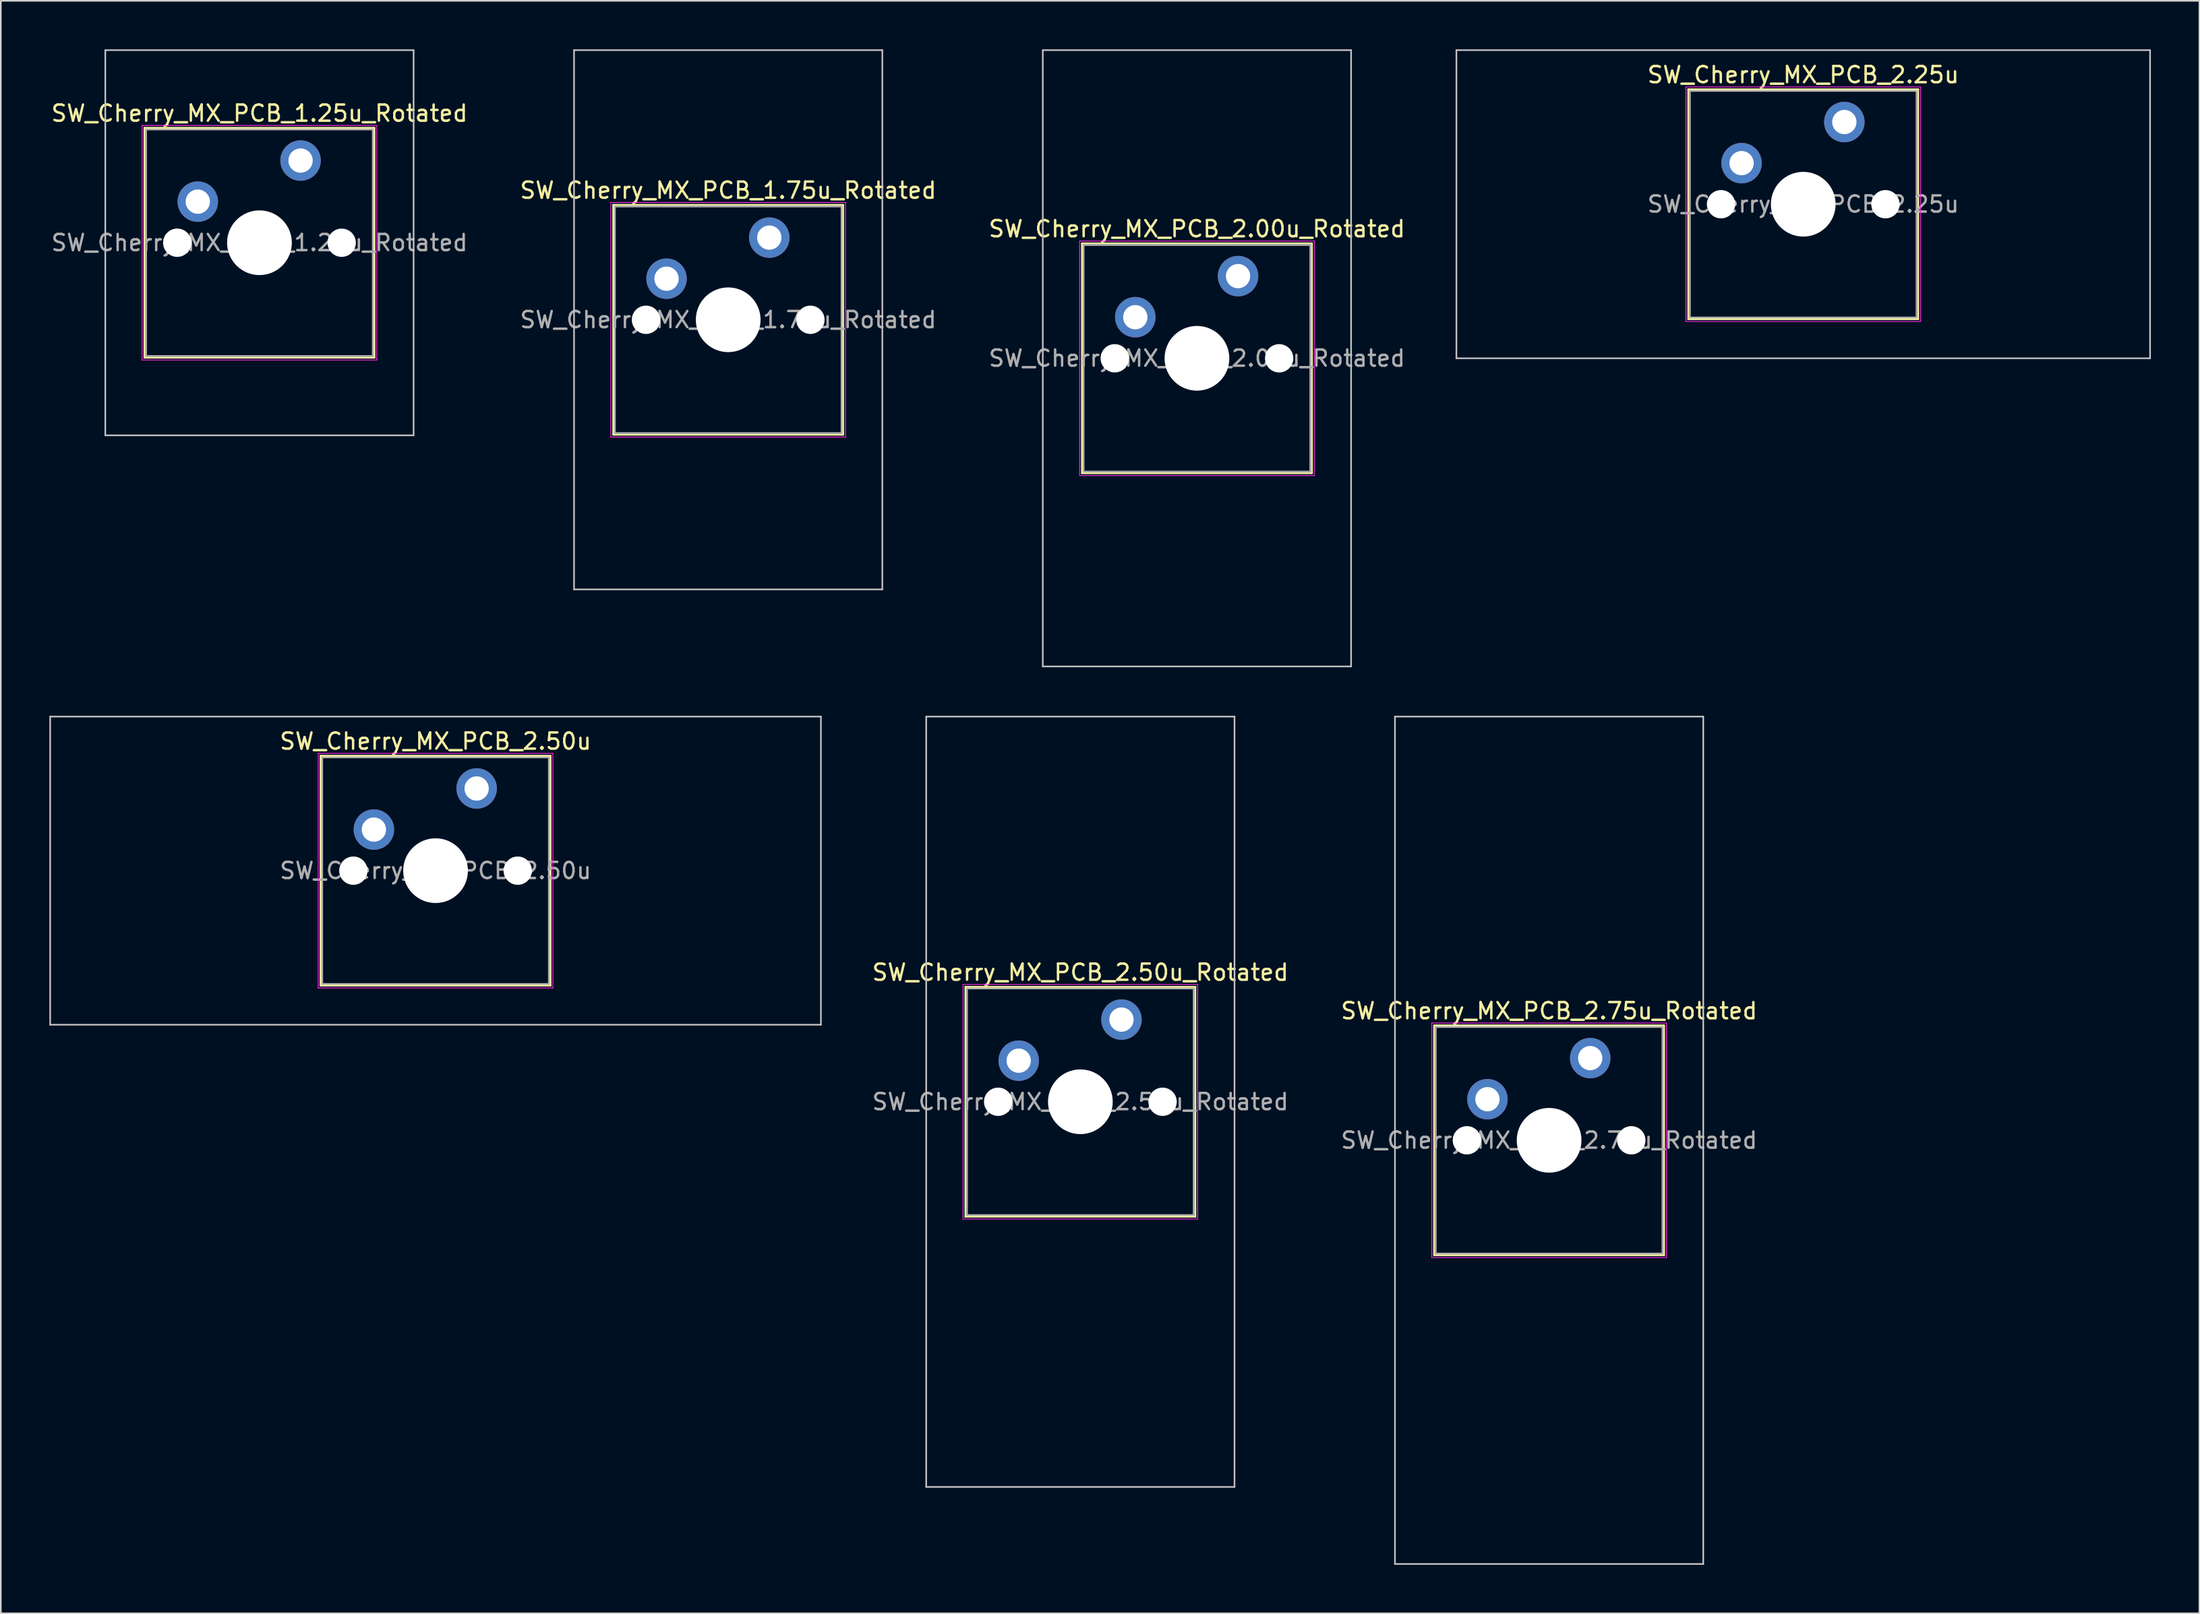
<source format=kicad_pcb>
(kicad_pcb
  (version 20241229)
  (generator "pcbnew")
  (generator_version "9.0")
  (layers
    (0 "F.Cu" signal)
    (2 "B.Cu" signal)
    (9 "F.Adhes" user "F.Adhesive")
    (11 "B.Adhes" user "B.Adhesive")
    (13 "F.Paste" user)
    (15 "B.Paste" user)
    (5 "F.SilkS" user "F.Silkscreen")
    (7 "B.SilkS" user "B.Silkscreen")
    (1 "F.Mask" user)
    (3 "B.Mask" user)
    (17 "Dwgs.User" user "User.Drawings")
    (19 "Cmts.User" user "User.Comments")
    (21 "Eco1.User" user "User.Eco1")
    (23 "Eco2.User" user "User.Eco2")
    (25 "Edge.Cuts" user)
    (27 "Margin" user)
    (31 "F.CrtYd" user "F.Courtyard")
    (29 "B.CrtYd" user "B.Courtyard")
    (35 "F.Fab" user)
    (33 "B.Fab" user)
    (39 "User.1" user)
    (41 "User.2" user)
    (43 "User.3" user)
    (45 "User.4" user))
  (footprint "SW_Cherry_MX_PCB_2.25u"
    (layer "F.Cu")
    (at 108.374 9.575)
    (property "Reference" "SW_Cherry_MX_PCB_2.25u" (at 0 -8 0) (layer "F.SilkS") (effects (font (size 1 1) (thickness 0.15))))
    (attr through_hole)
    (fp_line (start -7.1 -7.1) (end -7.1 7.1) (stroke (width 0.12) (type solid)) (layer "F.SilkS"))
    (fp_line (start -7.1 7.1) (end 7.1 7.1) (stroke (width 0.12) (type solid)) (layer "F.SilkS"))
    (fp_line (start 7.1 -7.1) (end -7.1 -7.1) (stroke (width 0.12) (type solid)) (layer "F.SilkS"))
    (fp_line (start 7.1 7.1) (end 7.1 -7.1) (stroke (width 0.12) (type solid)) (layer "F.SilkS"))
    (fp_line (start -21.431 -9.525) (end -21.431 9.525) (stroke (width 0.1) (type solid)) (layer "Dwgs.User"))
    (fp_line (start -21.431 9.525) (end 21.431 9.525) (stroke (width 0.1) (type solid)) (layer "Dwgs.User"))
    (fp_line (start 21.431 -9.525) (end -21.431 -9.525) (stroke (width 0.1) (type solid)) (layer "Dwgs.User"))
    (fp_line (start 21.431 9.525) (end 21.431 -9.525) (stroke (width 0.1) (type solid)) (layer "Dwgs.User"))
    (fp_line (start -7.25 -7.25) (end -7.25 7.25) (stroke (width 0.05) (type solid)) (layer "F.CrtYd"))
    (fp_line (start -7.25 7.25) (end 7.25 7.25) (stroke (width 0.05) (type solid)) (layer "F.CrtYd"))
    (fp_line (start 7.25 -7.25) (end -7.25 -7.25) (stroke (width 0.05) (type solid)) (layer "F.CrtYd"))
    (fp_line (start 7.25 7.25) (end 7.25 -7.25) (stroke (width 0.05) (type solid)) (layer "F.CrtYd"))
    (fp_line (start -7 -7) (end -7 7) (stroke (width 0.1) (type solid)) (layer "F.Fab"))
    (fp_line (start -7 7) (end 7 7) (stroke (width 0.1) (type solid)) (layer "F.Fab"))
    (fp_line (start 7 -7) (end -7 -7) (stroke (width 0.1) (type solid)) (layer "F.Fab"))
    (fp_line (start 7 7) (end 7 -7) (stroke (width 0.1) (type solid)) (layer "F.Fab"))
    (fp_text user "${REFERENCE}" (at 0 0 0) (layer "F.Fab") (effects (font (size 1 1) (thickness 0.15))))
    (pad "" np_thru_hole circle (at -5.08 0) (size 1.75 1.75) (drill 1.75) (layers "*.Cu" "*.Mask"))
    (pad "" np_thru_hole circle (at 0 0) (size 4 4) (drill 4) (layers "*.Cu" "*.Mask"))
    (pad "" np_thru_hole circle (at 5.08 0) (size 1.75 1.75) (drill 1.75) (layers "*.Cu" "*.Mask"))
    (pad "1" thru_hole circle (at -3.81 -2.54) (size 2.5 2.5) (drill 1.5) (layers "*.Cu" "B.Mask"))
    (pad "2" thru_hole circle (at 2.54 -5.08) (size 2.5 2.5) (drill 1.5) (layers "*.Cu" "B.Mask")))
  (footprint "SW_Cherry_MX_PCB_2.00u_Rotated"
    (layer "F.Cu")
    (at 70.911 19.1)
    (property "Reference" "SW_Cherry_MX_PCB_2.00u_Rotated" (at 0 -8 0) (layer "F.SilkS") (effects (font (size 1 1) (thickness 0.15))))
    (attr through_hole)
    (fp_line (start -7.1 -7.1) (end -7.1 7.1) (stroke (width 0.12) (type solid)) (layer "F.SilkS"))
    (fp_line (start -7.1 7.1) (end 7.1 7.1) (stroke (width 0.12) (type solid)) (layer "F.SilkS"))
    (fp_line (start 7.1 -7.1) (end -7.1 -7.1) (stroke (width 0.12) (type solid)) (layer "F.SilkS"))
    (fp_line (start 7.1 7.1) (end 7.1 -7.1) (stroke (width 0.12) (type solid)) (layer "F.SilkS"))
    (fp_line (start -9.525 -19.05) (end -9.525 19.05) (stroke (width 0.1) (type solid)) (layer "Dwgs.User"))
    (fp_line (start -9.525 19.05) (end 9.525 19.05) (stroke (width 0.1) (type solid)) (layer "Dwgs.User"))
    (fp_line (start 9.525 -19.05) (end -9.525 -19.05) (stroke (width 0.1) (type solid)) (layer "Dwgs.User"))
    (fp_line (start 9.525 19.05) (end 9.525 -19.05) (stroke (width 0.1) (type solid)) (layer "Dwgs.User"))
    (fp_line (start -7.25 -7.25) (end -7.25 7.25) (stroke (width 0.05) (type solid)) (layer "F.CrtYd"))
    (fp_line (start -7.25 7.25) (end 7.25 7.25) (stroke (width 0.05) (type solid)) (layer "F.CrtYd"))
    (fp_line (start 7.25 -7.25) (end -7.25 -7.25) (stroke (width 0.05) (type solid)) (layer "F.CrtYd"))
    (fp_line (start 7.25 7.25) (end 7.25 -7.25) (stroke (width 0.05) (type solid)) (layer "F.CrtYd"))
    (fp_line (start -7 -7) (end -7 7) (stroke (width 0.1) (type solid)) (layer "F.Fab"))
    (fp_line (start -7 7) (end 7 7) (stroke (width 0.1) (type solid)) (layer "F.Fab"))
    (fp_line (start 7 -7) (end -7 -7) (stroke (width 0.1) (type solid)) (layer "F.Fab"))
    (fp_line (start 7 7) (end 7 -7) (stroke (width 0.1) (type solid)) (layer "F.Fab"))
    (fp_text user "${REFERENCE}" (at 0 0 0) (layer "F.Fab") (effects (font (size 1 1) (thickness 0.15))))
    (pad "" np_thru_hole circle (at -5.08 0) (size 1.75 1.75) (drill 1.75) (layers "*.Cu" "*.Mask"))
    (pad "" np_thru_hole circle (at 0 0) (size 4 4) (drill 4) (layers "*.Cu" "*.Mask"))
    (pad "" np_thru_hole circle (at 5.08 0) (size 1.75 1.75) (drill 1.75) (layers "*.Cu" "*.Mask"))
    (pad "1" thru_hole circle (at -3.81 -2.54) (size 2.5 2.5) (drill 1.5) (layers "*.Cu" "B.Mask"))
    (pad "2" thru_hole circle (at 2.54 -5.08) (size 2.5 2.5) (drill 1.5) (layers "*.Cu" "B.Mask")))
  (footprint "SW_Cherry_MX_PCB_1.25u_Rotated"
    (layer "F.Cu")
    (at 12.982 11.956)
    (property "Reference" "SW_Cherry_MX_PCB_1.25u_Rotated" (at 0 -8 0) (layer "F.SilkS") (effects (font (size 1 1) (thickness 0.15))))
    (attr through_hole)
    (fp_line (start -7.1 -7.1) (end -7.1 7.1) (stroke (width 0.12) (type solid)) (layer "F.SilkS"))
    (fp_line (start -7.1 7.1) (end 7.1 7.1) (stroke (width 0.12) (type solid)) (layer "F.SilkS"))
    (fp_line (start 7.1 -7.1) (end -7.1 -7.1) (stroke (width 0.12) (type solid)) (layer "F.SilkS"))
    (fp_line (start 7.1 7.1) (end 7.1 -7.1) (stroke (width 0.12) (type solid)) (layer "F.SilkS"))
    (fp_line (start -9.525 -11.906) (end -9.525 11.906) (stroke (width 0.1) (type solid)) (layer "Dwgs.User"))
    (fp_line (start -9.525 11.906) (end 9.525 11.906) (stroke (width 0.1) (type solid)) (layer "Dwgs.User"))
    (fp_line (start 9.525 -11.906) (end -9.525 -11.906) (stroke (width 0.1) (type solid)) (layer "Dwgs.User"))
    (fp_line (start 9.525 11.906) (end 9.525 -11.906) (stroke (width 0.1) (type solid)) (layer "Dwgs.User"))
    (fp_line (start -7.25 -7.25) (end -7.25 7.25) (stroke (width 0.05) (type solid)) (layer "F.CrtYd"))
    (fp_line (start -7.25 7.25) (end 7.25 7.25) (stroke (width 0.05) (type solid)) (layer "F.CrtYd"))
    (fp_line (start 7.25 -7.25) (end -7.25 -7.25) (stroke (width 0.05) (type solid)) (layer "F.CrtYd"))
    (fp_line (start 7.25 7.25) (end 7.25 -7.25) (stroke (width 0.05) (type solid)) (layer "F.CrtYd"))
    (fp_line (start -7 -7) (end -7 7) (stroke (width 0.1) (type solid)) (layer "F.Fab"))
    (fp_line (start -7 7) (end 7 7) (stroke (width 0.1) (type solid)) (layer "F.Fab"))
    (fp_line (start 7 -7) (end -7 -7) (stroke (width 0.1) (type solid)) (layer "F.Fab"))
    (fp_line (start 7 7) (end 7 -7) (stroke (width 0.1) (type solid)) (layer "F.Fab"))
    (fp_text user "${REFERENCE}" (at 0 0 0) (layer "F.Fab") (effects (font (size 1 1) (thickness 0.15))))
    (pad "" np_thru_hole circle (at -5.08 0) (size 1.75 1.75) (drill 1.75) (layers "*.Cu" "*.Mask"))
    (pad "" np_thru_hole circle (at 0 0) (size 4 4) (drill 4) (layers "*.Cu" "*.Mask"))
    (pad "" np_thru_hole circle (at 5.08 0) (size 1.75 1.75) (drill 1.75) (layers "*.Cu" "*.Mask"))
    (pad "1" thru_hole circle (at -3.81 -2.54) (size 2.5 2.5) (drill 1.5) (layers "*.Cu" "B.Mask"))
    (pad "2" thru_hole circle (at 2.54 -5.08) (size 2.5 2.5) (drill 1.5) (layers "*.Cu" "B.Mask")))
  (footprint "SW_Cherry_MX_PCB_1.75u_Rotated"
    (layer "F.Cu")
    (at 41.946 16.719)
    (property "Reference" "SW_Cherry_MX_PCB_1.75u_Rotated" (at 0 -8 0) (layer "F.SilkS") (effects (font (size 1 1) (thickness 0.15))))
    (attr through_hole)
    (fp_line (start -7.1 -7.1) (end -7.1 7.1) (stroke (width 0.12) (type solid)) (layer "F.SilkS"))
    (fp_line (start -7.1 7.1) (end 7.1 7.1) (stroke (width 0.12) (type solid)) (layer "F.SilkS"))
    (fp_line (start 7.1 -7.1) (end -7.1 -7.1) (stroke (width 0.12) (type solid)) (layer "F.SilkS"))
    (fp_line (start 7.1 7.1) (end 7.1 -7.1) (stroke (width 0.12) (type solid)) (layer "F.SilkS"))
    (fp_line (start -9.525 -16.669) (end -9.525 16.669) (stroke (width 0.1) (type solid)) (layer "Dwgs.User"))
    (fp_line (start -9.525 16.669) (end 9.525 16.669) (stroke (width 0.1) (type solid)) (layer "Dwgs.User"))
    (fp_line (start 9.525 -16.669) (end -9.525 -16.669) (stroke (width 0.1) (type solid)) (layer "Dwgs.User"))
    (fp_line (start 9.525 16.669) (end 9.525 -16.669) (stroke (width 0.1) (type solid)) (layer "Dwgs.User"))
    (fp_line (start -7.25 -7.25) (end -7.25 7.25) (stroke (width 0.05) (type solid)) (layer "F.CrtYd"))
    (fp_line (start -7.25 7.25) (end 7.25 7.25) (stroke (width 0.05) (type solid)) (layer "F.CrtYd"))
    (fp_line (start 7.25 -7.25) (end -7.25 -7.25) (stroke (width 0.05) (type solid)) (layer "F.CrtYd"))
    (fp_line (start 7.25 7.25) (end 7.25 -7.25) (stroke (width 0.05) (type solid)) (layer "F.CrtYd"))
    (fp_line (start -7 -7) (end -7 7) (stroke (width 0.1) (type solid)) (layer "F.Fab"))
    (fp_line (start -7 7) (end 7 7) (stroke (width 0.1) (type solid)) (layer "F.Fab"))
    (fp_line (start 7 -7) (end -7 -7) (stroke (width 0.1) (type solid)) (layer "F.Fab"))
    (fp_line (start 7 7) (end 7 -7) (stroke (width 0.1) (type solid)) (layer "F.Fab"))
    (fp_text user "${REFERENCE}" (at 0 0 0) (layer "F.Fab") (effects (font (size 1 1) (thickness 0.15))))
    (pad "" np_thru_hole circle (at -5.08 0) (size 1.75 1.75) (drill 1.75) (layers "*.Cu" "*.Mask"))
    (pad "" np_thru_hole circle (at 0 0) (size 4 4) (drill 4) (layers "*.Cu" "*.Mask"))
    (pad "" np_thru_hole circle (at 5.08 0) (size 1.75 1.75) (drill 1.75) (layers "*.Cu" "*.Mask"))
    (pad "1" thru_hole circle (at -3.81 -2.54) (size 2.5 2.5) (drill 1.5) (layers "*.Cu" "B.Mask"))
    (pad "2" thru_hole circle (at 2.54 -5.08) (size 2.5 2.5) (drill 1.5) (layers "*.Cu" "B.Mask")))
  (footprint "SW_Cherry_MX_PCB_2.50u_Rotated"
    (layer "F.Cu")
    (at 63.707 65.062)
    (property "Reference" "SW_Cherry_MX_PCB_2.50u_Rotated" (at 0 -8 0) (layer "F.SilkS") (effects (font (size 1 1) (thickness 0.15))))
    (attr through_hole)
    (fp_line (start -7.1 -7.1) (end -7.1 7.1) (stroke (width 0.12) (type solid)) (layer "F.SilkS"))
    (fp_line (start -7.1 7.1) (end 7.1 7.1) (stroke (width 0.12) (type solid)) (layer "F.SilkS"))
    (fp_line (start 7.1 -7.1) (end -7.1 -7.1) (stroke (width 0.12) (type solid)) (layer "F.SilkS"))
    (fp_line (start 7.1 7.1) (end 7.1 -7.1) (stroke (width 0.12) (type solid)) (layer "F.SilkS"))
    (fp_line (start -9.525 -23.812) (end -9.525 23.812) (stroke (width 0.1) (type solid)) (layer "Dwgs.User"))
    (fp_line (start -9.525 23.812) (end 9.525 23.812) (stroke (width 0.1) (type solid)) (layer "Dwgs.User"))
    (fp_line (start 9.525 -23.812) (end -9.525 -23.812) (stroke (width 0.1) (type solid)) (layer "Dwgs.User"))
    (fp_line (start 9.525 23.812) (end 9.525 -23.812) (stroke (width 0.1) (type solid)) (layer "Dwgs.User"))
    (fp_line (start -7.25 -7.25) (end -7.25 7.25) (stroke (width 0.05) (type solid)) (layer "F.CrtYd"))
    (fp_line (start -7.25 7.25) (end 7.25 7.25) (stroke (width 0.05) (type solid)) (layer "F.CrtYd"))
    (fp_line (start 7.25 -7.25) (end -7.25 -7.25) (stroke (width 0.05) (type solid)) (layer "F.CrtYd"))
    (fp_line (start 7.25 7.25) (end 7.25 -7.25) (stroke (width 0.05) (type solid)) (layer "F.CrtYd"))
    (fp_line (start -7 -7) (end -7 7) (stroke (width 0.1) (type solid)) (layer "F.Fab"))
    (fp_line (start -7 7) (end 7 7) (stroke (width 0.1) (type solid)) (layer "F.Fab"))
    (fp_line (start 7 -7) (end -7 -7) (stroke (width 0.1) (type solid)) (layer "F.Fab"))
    (fp_line (start 7 7) (end 7 -7) (stroke (width 0.1) (type solid)) (layer "F.Fab"))
    (fp_text user "${REFERENCE}" (at 0 0 0) (layer "F.Fab") (effects (font (size 1 1) (thickness 0.15))))
    (pad "" np_thru_hole circle (at -5.08 0) (size 1.75 1.75) (drill 1.75) (layers "*.Cu" "*.Mask"))
    (pad "" np_thru_hole circle (at 0 0) (size 4 4) (drill 4) (layers "*.Cu" "*.Mask"))
    (pad "" np_thru_hole circle (at 5.08 0) (size 1.75 1.75) (drill 1.75) (layers "*.Cu" "*.Mask"))
    (pad "1" thru_hole circle (at -3.81 -2.54) (size 2.5 2.5) (drill 1.5) (layers "*.Cu" "B.Mask"))
    (pad "2" thru_hole circle (at 2.54 -5.08) (size 2.5 2.5) (drill 1.5) (layers "*.Cu" "B.Mask")))
  (footprint "SW_Cherry_MX_PCB_2.50u"
    (layer "F.Cu")
    (at 23.863 50.775)
    (property "Reference" "SW_Cherry_MX_PCB_2.50u" (at 0 -8 0) (layer "F.SilkS") (effects (font (size 1 1) (thickness 0.15))))
    (attr through_hole)
    (fp_line (start -7.1 -7.1) (end -7.1 7.1) (stroke (width 0.12) (type solid)) (layer "F.SilkS"))
    (fp_line (start -7.1 7.1) (end 7.1 7.1) (stroke (width 0.12) (type solid)) (layer "F.SilkS"))
    (fp_line (start 7.1 -7.1) (end -7.1 -7.1) (stroke (width 0.12) (type solid)) (layer "F.SilkS"))
    (fp_line (start 7.1 7.1) (end 7.1 -7.1) (stroke (width 0.12) (type solid)) (layer "F.SilkS"))
    (fp_line (start -23.812 -9.525) (end -23.812 9.525) (stroke (width 0.1) (type solid)) (layer "Dwgs.User"))
    (fp_line (start -23.812 9.525) (end 23.812 9.525) (stroke (width 0.1) (type solid)) (layer "Dwgs.User"))
    (fp_line (start 23.812 -9.525) (end -23.812 -9.525) (stroke (width 0.1) (type solid)) (layer "Dwgs.User"))
    (fp_line (start 23.812 9.525) (end 23.812 -9.525) (stroke (width 0.1) (type solid)) (layer "Dwgs.User"))
    (fp_line (start -7.25 -7.25) (end -7.25 7.25) (stroke (width 0.05) (type solid)) (layer "F.CrtYd"))
    (fp_line (start -7.25 7.25) (end 7.25 7.25) (stroke (width 0.05) (type solid)) (layer "F.CrtYd"))
    (fp_line (start 7.25 -7.25) (end -7.25 -7.25) (stroke (width 0.05) (type solid)) (layer "F.CrtYd"))
    (fp_line (start 7.25 7.25) (end 7.25 -7.25) (stroke (width 0.05) (type solid)) (layer "F.CrtYd"))
    (fp_line (start -7 -7) (end -7 7) (stroke (width 0.1) (type solid)) (layer "F.Fab"))
    (fp_line (start -7 7) (end 7 7) (stroke (width 0.1) (type solid)) (layer "F.Fab"))
    (fp_line (start 7 -7) (end -7 -7) (stroke (width 0.1) (type solid)) (layer "F.Fab"))
    (fp_line (start 7 7) (end 7 -7) (stroke (width 0.1) (type solid)) (layer "F.Fab"))
    (fp_text user "${REFERENCE}" (at 0 0 0) (layer "F.Fab") (effects (font (size 1 1) (thickness 0.15))))
    (pad "" np_thru_hole circle (at -5.08 0) (size 1.75 1.75) (drill 1.75) (layers "*.Cu" "*.Mask"))
    (pad "" np_thru_hole circle (at 0 0) (size 4 4) (drill 4) (layers "*.Cu" "*.Mask"))
    (pad "" np_thru_hole circle (at 5.08 0) (size 1.75 1.75) (drill 1.75) (layers "*.Cu" "*.Mask"))
    (pad "1" thru_hole circle (at -3.81 -2.54) (size 2.5 2.5) (drill 1.5) (layers "*.Cu" "B.Mask"))
    (pad "2" thru_hole circle (at 2.54 -5.08) (size 2.5 2.5) (drill 1.5) (layers "*.Cu" "B.Mask")))
  (footprint "SW_Cherry_MX_PCB_2.75u_Rotated"
    (layer "F.Cu")
    (at 92.671 67.444)
    (property "Reference" "SW_Cherry_MX_PCB_2.75u_Rotated" (at 0 -8 0) (layer "F.SilkS") (effects (font (size 1 1) (thickness 0.15))))
    (attr through_hole)
    (fp_line (start -7.1 -7.1) (end -7.1 7.1) (stroke (width 0.12) (type solid)) (layer "F.SilkS"))
    (fp_line (start -7.1 7.1) (end 7.1 7.1) (stroke (width 0.12) (type solid)) (layer "F.SilkS"))
    (fp_line (start 7.1 -7.1) (end -7.1 -7.1) (stroke (width 0.12) (type solid)) (layer "F.SilkS"))
    (fp_line (start 7.1 7.1) (end 7.1 -7.1) (stroke (width 0.12) (type solid)) (layer "F.SilkS"))
    (fp_line (start -9.525 -26.194) (end -9.525 26.194) (stroke (width 0.1) (type solid)) (layer "Dwgs.User"))
    (fp_line (start -9.525 26.194) (end 9.525 26.194) (stroke (width 0.1) (type solid)) (layer "Dwgs.User"))
    (fp_line (start 9.525 -26.194) (end -9.525 -26.194) (stroke (width 0.1) (type solid)) (layer "Dwgs.User"))
    (fp_line (start 9.525 26.194) (end 9.525 -26.194) (stroke (width 0.1) (type solid)) (layer "Dwgs.User"))
    (fp_line (start -7.25 -7.25) (end -7.25 7.25) (stroke (width 0.05) (type solid)) (layer "F.CrtYd"))
    (fp_line (start -7.25 7.25) (end 7.25 7.25) (stroke (width 0.05) (type solid)) (layer "F.CrtYd"))
    (fp_line (start 7.25 -7.25) (end -7.25 -7.25) (stroke (width 0.05) (type solid)) (layer "F.CrtYd"))
    (fp_line (start 7.25 7.25) (end 7.25 -7.25) (stroke (width 0.05) (type solid)) (layer "F.CrtYd"))
    (fp_line (start -7 -7) (end -7 7) (stroke (width 0.1) (type solid)) (layer "F.Fab"))
    (fp_line (start -7 7) (end 7 7) (stroke (width 0.1) (type solid)) (layer "F.Fab"))
    (fp_line (start 7 -7) (end -7 -7) (stroke (width 0.1) (type solid)) (layer "F.Fab"))
    (fp_line (start 7 7) (end 7 -7) (stroke (width 0.1) (type solid)) (layer "F.Fab"))
    (fp_text user "${REFERENCE}" (at 0 0 0) (layer "F.Fab") (effects (font (size 1 1) (thickness 0.15))))
    (pad "" np_thru_hole circle (at -5.08 0) (size 1.75 1.75) (drill 1.75) (layers "*.Cu" "*.Mask"))
    (pad "" np_thru_hole circle (at 0 0) (size 4 4) (drill 4) (layers "*.Cu" "*.Mask"))
    (pad "" np_thru_hole circle (at 5.08 0) (size 1.75 1.75) (drill 1.75) (layers "*.Cu" "*.Mask"))
    (pad "1" thru_hole circle (at -3.81 -2.54) (size 2.5 2.5) (drill 1.5) (layers "*.Cu" "B.Mask"))
    (pad "2" thru_hole circle (at 2.54 -5.08) (size 2.5 2.5) (drill 1.5) (layers "*.Cu" "B.Mask")))
  (gr_rect
    (start -3 -3)
    (end 132.855 96.688)
    (stroke (width 0.1) (type default))
    (fill no)
    (layer "Edge.Cuts")))
</source>
